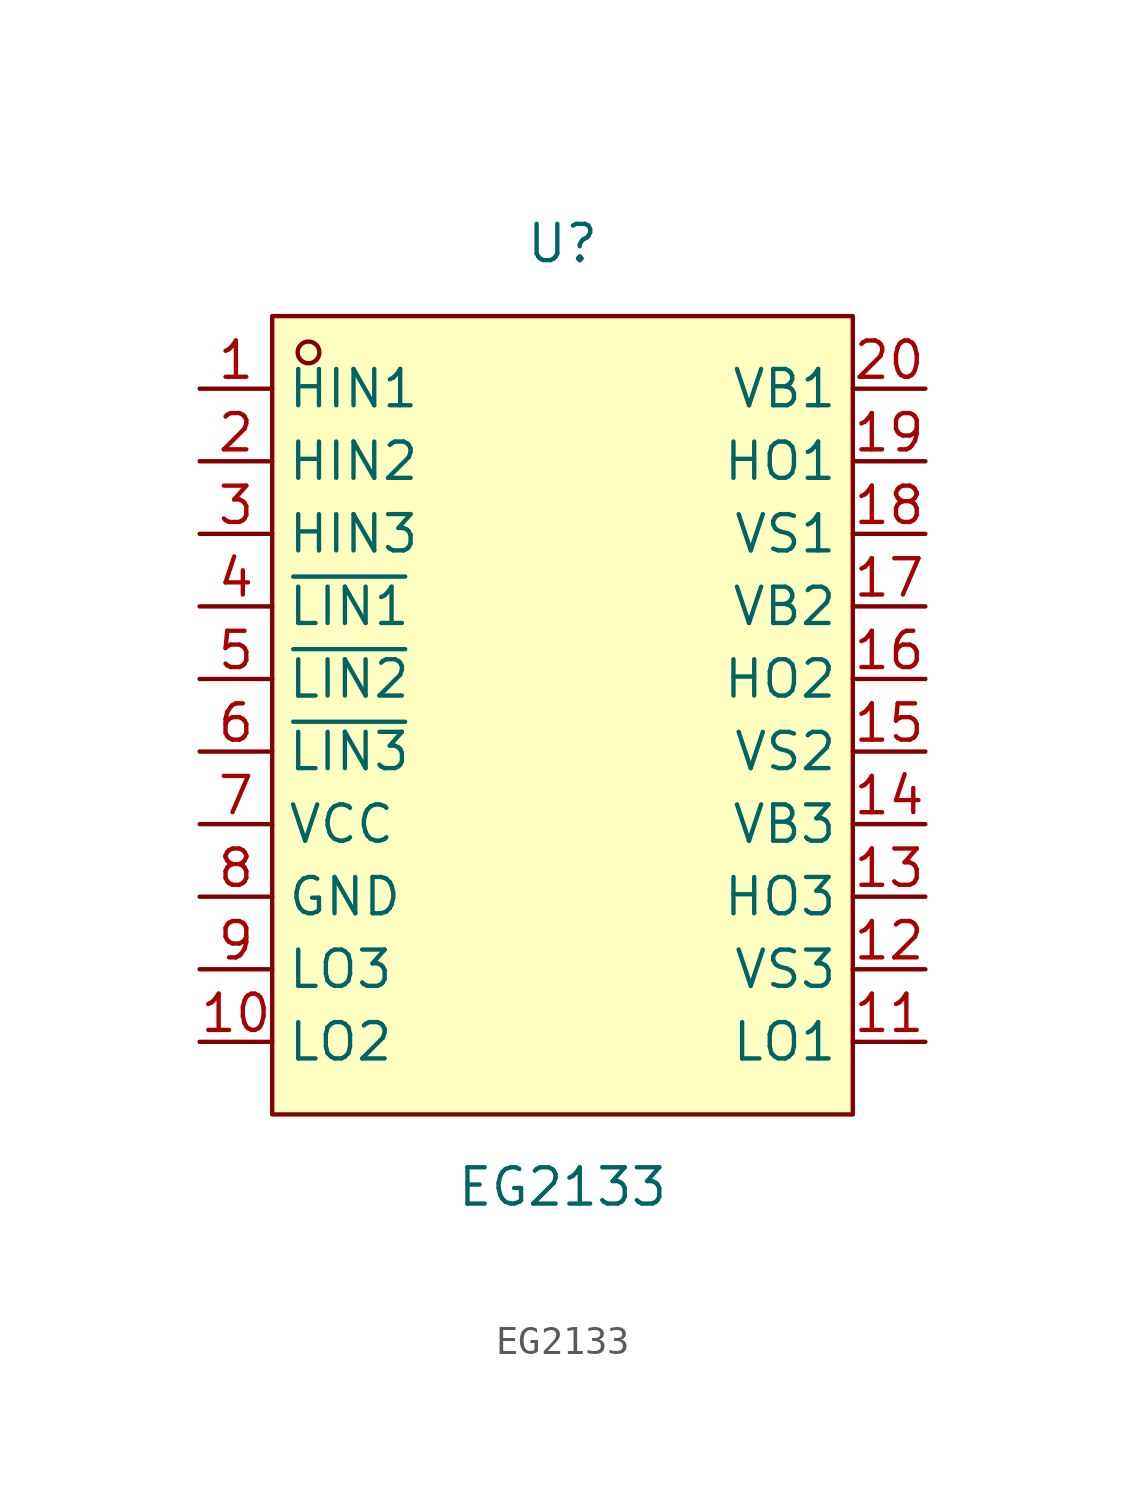
<source format=kicad_sym>
(kicad_symbol_lib
  (version 20231120)
  (generator "kicad_symbol_editor")
  (generator_version "8.0")
  (symbol "EG2133"
    (property "Reference" "U"
      (at 0 16.51 0)
      (effects (font (size 1.27 1.27))))
    (property "Value" "EG2133"
      (at 0 -16.51 0)
      (effects (font (size 1.27 1.27))))
    (symbol "EG2133_0_1"
      (rectangle (start -10.16 13.97) (end 10.16 -13.97) (stroke (width 0) (type default)) (fill (type background)))
      (circle (center -8.89 12.7) (radius 0.38) (stroke (width 0) (type default)) (fill (type none)))
      (pin unspecified line (at -12.7 11.43 0) (length 2.54) (name "HIN1" (effects (font (size 1.27 1.27)))) (number "1" (effects (font (size 1.27 1.27)))))
      (pin unspecified line (at -12.7 -11.43 0) (length 2.54) (name "LO2" (effects (font (size 1.27 1.27)))) (number "10" (effects (font (size 1.27 1.27)))))
      (pin unspecified line (at 12.7 -11.43 180) (length 2.54) (name "LO1" (effects (font (size 1.27 1.27)))) (number "11" (effects (font (size 1.27 1.27)))))
      (pin unspecified line (at 12.7 -8.89 180) (length 2.54) (name "VS3" (effects (font (size 1.27 1.27)))) (number "12" (effects (font (size 1.27 1.27)))))
      (pin unspecified line (at 12.7 -6.35 180) (length 2.54) (name "HO3" (effects (font (size 1.27 1.27)))) (number "13" (effects (font (size 1.27 1.27)))))
      (pin unspecified line (at 12.7 -3.81 180) (length 2.54) (name "VB3" (effects (font (size 1.27 1.27)))) (number "14" (effects (font (size 1.27 1.27)))))
      (pin unspecified line (at 12.7 -1.27 180) (length 2.54) (name "VS2" (effects (font (size 1.27 1.27)))) (number "15" (effects (font (size 1.27 1.27)))))
      (pin unspecified line (at 12.7 1.27 180) (length 2.54) (name "HO2" (effects (font (size 1.27 1.27)))) (number "16" (effects (font (size 1.27 1.27)))))
      (pin unspecified line (at 12.7 3.81 180) (length 2.54) (name "VB2" (effects (font (size 1.27 1.27)))) (number "17" (effects (font (size 1.27 1.27)))))
      (pin unspecified line (at 12.7 6.35 180) (length 2.54) (name "VS1" (effects (font (size 1.27 1.27)))) (number "18" (effects (font (size 1.27 1.27)))))
      (pin unspecified line (at 12.7 8.89 180) (length 2.54) (name "HO1" (effects (font (size 1.27 1.27)))) (number "19" (effects (font (size 1.27 1.27)))))
      (pin unspecified line (at -12.7 8.89 0) (length 2.54) (name "HIN2" (effects (font (size 1.27 1.27)))) (number "2" (effects (font (size 1.27 1.27)))))
      (pin unspecified line (at 12.7 11.43 180) (length 2.54) (name "VB1" (effects (font (size 1.27 1.27)))) (number "20" (effects (font (size 1.27 1.27)))))
      (pin unspecified line (at -12.7 6.35 0) (length 2.54) (name "HIN3" (effects (font (size 1.27 1.27)))) (number "3" (effects (font (size 1.27 1.27)))))
      (pin unspecified line (at -12.7 3.81 0) (length 2.54) (name "~{LIN1}" (effects (font (size 1.27 1.27)))) (number "4" (effects (font (size 1.27 1.27)))))
      (pin unspecified line (at -12.7 1.27 0) (length 2.54) (name "~{LIN2}" (effects (font (size 1.27 1.27)))) (number "5" (effects (font (size 1.27 1.27)))))
      (pin unspecified line (at -12.7 -1.27 0) (length 2.54) (name "~{LIN3}" (effects (font (size 1.27 1.27)))) (number "6" (effects (font (size 1.27 1.27)))))
      (pin unspecified line (at -12.7 -3.81 0) (length 2.54) (name "VCC" (effects (font (size 1.27 1.27)))) (number "7" (effects (font (size 1.27 1.27)))))
      (pin unspecified line (at -12.7 -6.35 0) (length 2.54) (name "GND" (effects (font (size 1.27 1.27)))) (number "8" (effects (font (size 1.27 1.27)))))
      (pin unspecified line (at -12.7 -8.89 0) (length 2.54) (name "LO3" (effects (font (size 1.27 1.27)))) (number "9" (effects (font (size 1.27 1.27))))))))
</source>
